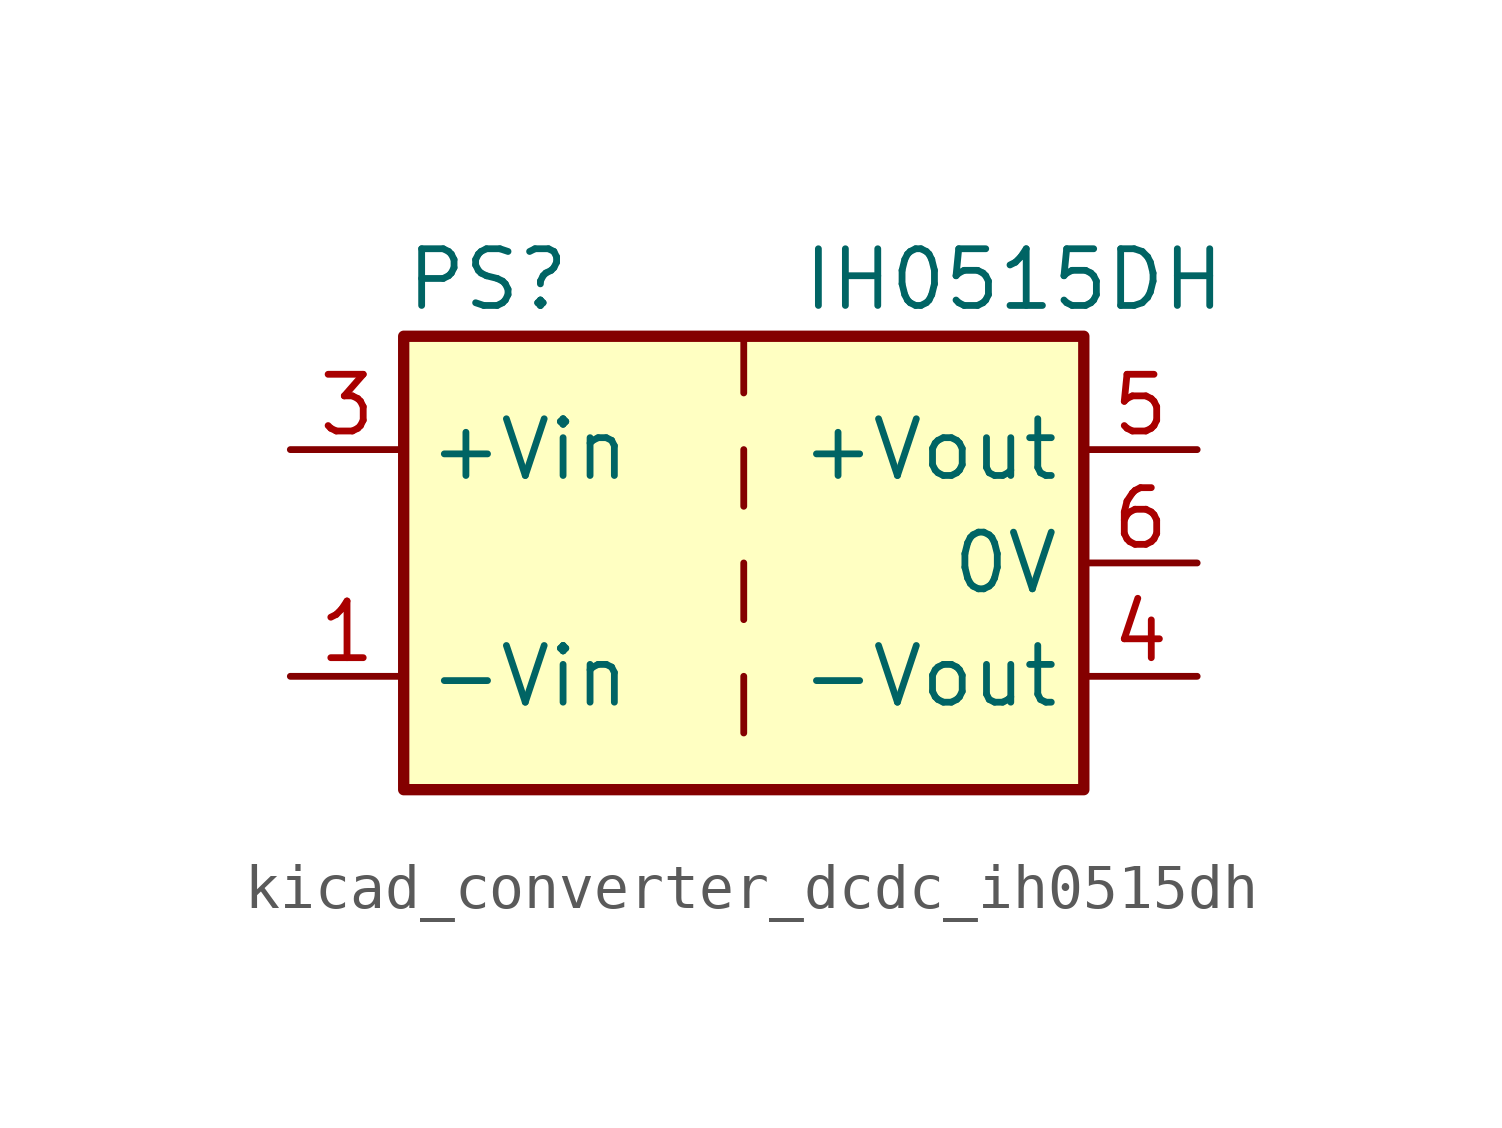
<source format=kicad_sym>
(kicad_symbol_lib
  (version 20220914)
  (generator kicad_symbol_editor)
  (symbol "kicad_converter_dcdc_ih0515dh"
    (property "Reference" "PS"
      (at -7.62 6.35 0)
      (effects (font (size 1.27 1.27)) (justify left)))
    (property "Value" "IH0515DH"
      (at 1.27 6.35 0)
      (effects (font (size 1.27 1.27)) (justify left)))
    (symbol "kicad_converter_dcdc_ih0515dh_0_0"
      (pin power_in line (at -10.16 -2.54 0) (length 2.54) (name "-Vin" (effects (font (size 1.27 1.27)))) (number "1" (effects (font (size 1.27 1.27)))))
      (pin power_in line (at -10.16 2.54 0) (length 2.54) (name "+Vin" (effects (font (size 1.27 1.27)))) (number "3" (effects (font (size 1.27 1.27)))))
      (pin power_out line (at 10.16 -2.54 180) (length 2.54) (name "-Vout" (effects (font (size 1.27 1.27)))) (number "4" (effects (font (size 1.27 1.27)))))
      (pin power_out line (at 10.16 2.54 180) (length 2.54) (name "+Vout" (effects (font (size 1.27 1.27)))) (number "5" (effects (font (size 1.27 1.27)))))
      (pin power_out line (at 10.16 0 180) (length 2.54) (name "0V" (effects (font (size 1.27 1.27)))) (number "6" (effects (font (size 1.27 1.27))))))
    (symbol "kicad_converter_dcdc_ih0515dh_0_1"
      (rectangle (start -7.62 5.08) (end 7.62 -5.08) (stroke (width 0.254) (type default)) (fill (type background)))
      (polyline (pts (xy 0 -2.54) (xy 0 -3.81)) (stroke (width 0) (type default)) (fill (type none)))
      (polyline (pts (xy 0 0) (xy 0 -1.27)) (stroke (width 0) (type default)) (fill (type none)))
      (polyline (pts (xy 0 2.54) (xy 0 1.27)) (stroke (width 0) (type default)) (fill (type none)))
      (polyline (pts (xy 0 5.08) (xy 0 3.81)) (stroke (width 0) (type default)) (fill (type none))))
    (symbol "kicad_converter_dcdc_ih0515dh_1_1"
      (pin no_connect line (at 0 -5.08 90) (length 2.54) hide (name "NC" (effects (font (size 1.27 1.27)))) (number "2" (effects (font (size 1.27 1.27))))))))
</source>
